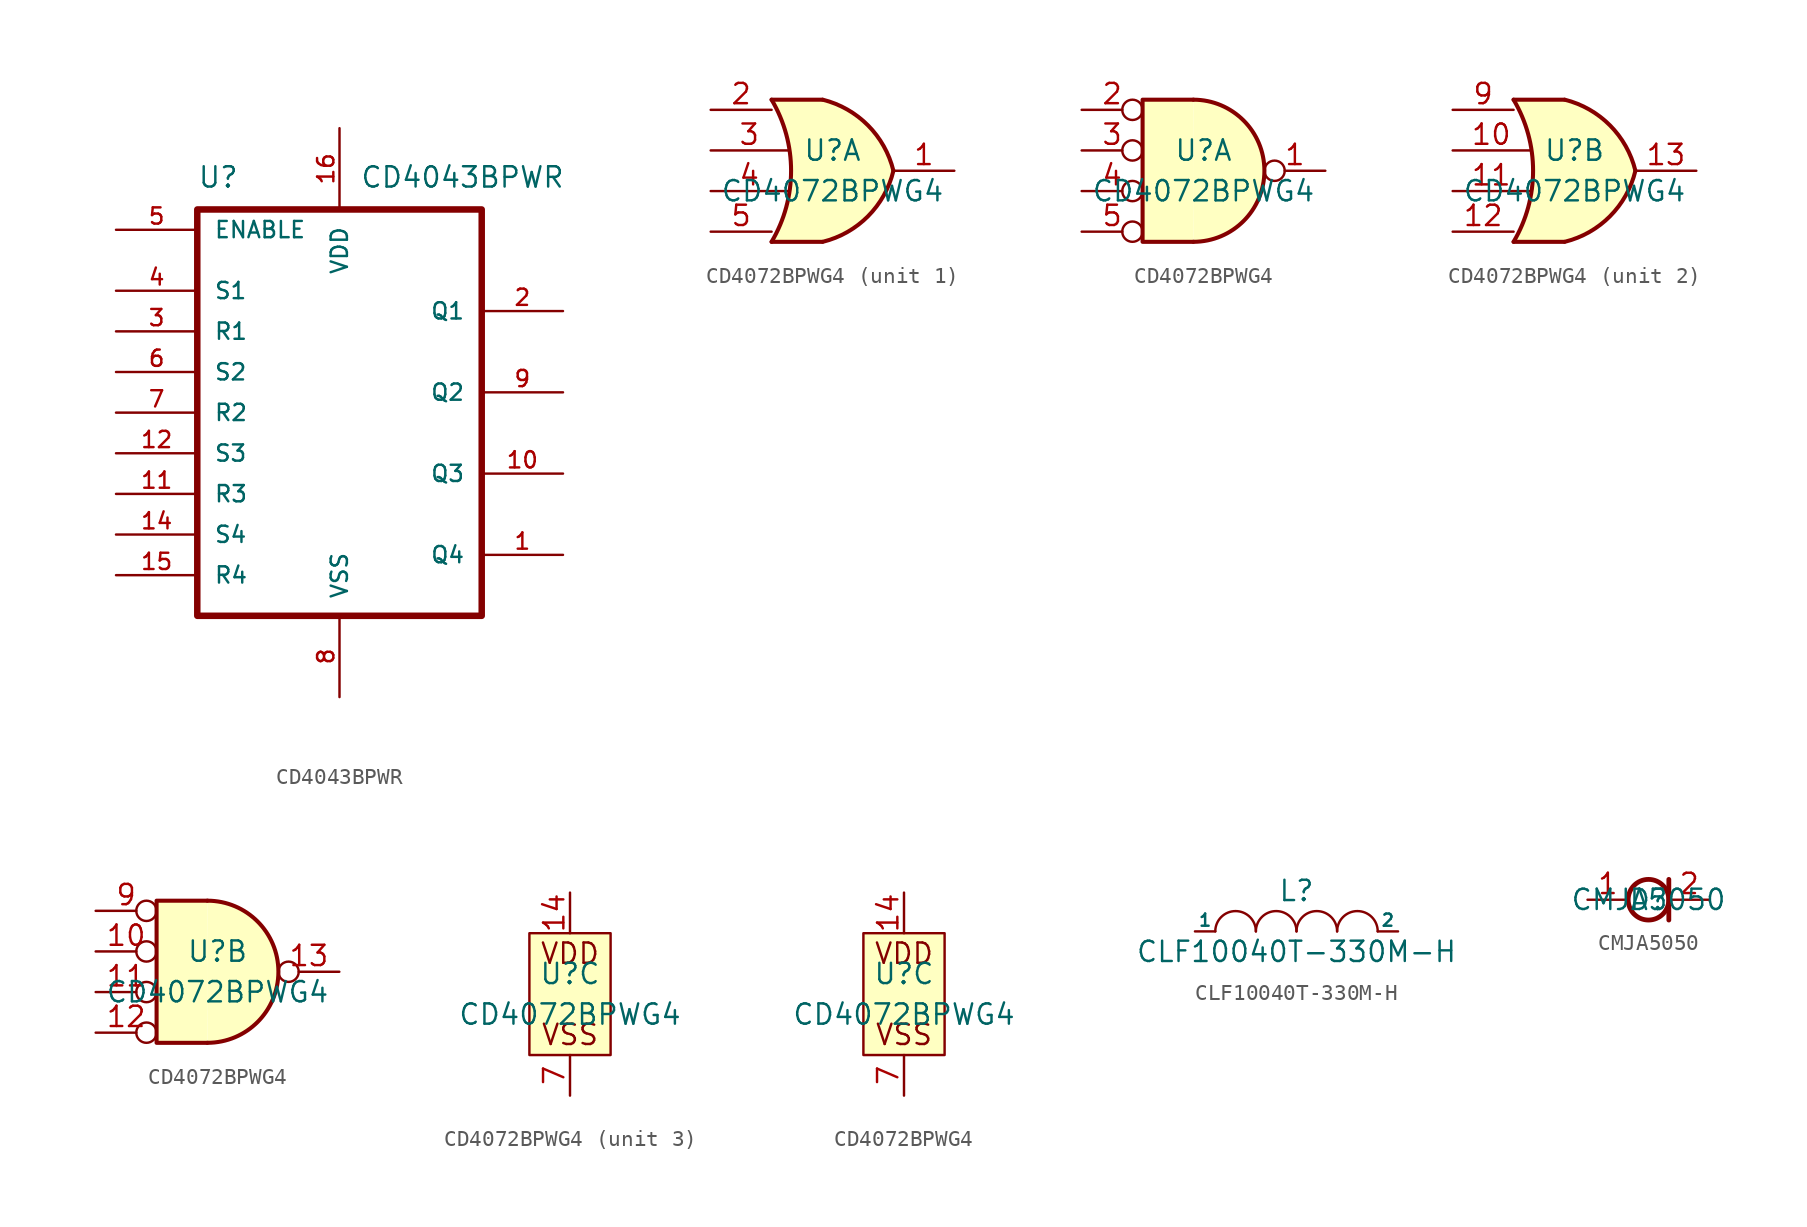
<source format=kicad_sym>
(kicad_symbol_lib
  (version 20231120)
  (generator "kicad_symbol_editor")
  (generator_version "8.0")
  (symbol "CD4043BPWR"
    (pin_names
      (offset 1.016))
    (property "Reference" "U"
      (at -8.89 15.24 0)
      (effects (font (size 1.27 1.27)) (justify left bottom)))
    (property "Value" "CD4043BPWR"
      (at 1.27 15.24 0)
      (effects (font (size 1.27 1.27)) (justify left bottom)))
    (symbol "CD4043BPWR_0_0"
      (rectangle (start -8.89 -11.43) (end 8.89 13.97) (stroke (width 0.406) (type default)) (fill (type none)))
      (pin tri_state line (at 13.97 -7.62 180) (length 5.08) (name "Q4" (effects (font (size 1.016 1.016)))) (number "1" (effects (font (size 1.016 1.016)))))
      (pin tri_state line (at 13.97 -2.54 180) (length 5.08) (name "Q3" (effects (font (size 1.016 1.016)))) (number "10" (effects (font (size 1.016 1.016)))))
      (pin input line (at -13.97 -3.81 0) (length 5.08) (name "R3" (effects (font (size 1.016 1.016)))) (number "11" (effects (font (size 1.016 1.016)))))
      (pin input line (at -13.97 -1.27 0) (length 5.08) (name "S3" (effects (font (size 1.016 1.016)))) (number "12" (effects (font (size 1.016 1.016)))))
      (pin input line (at -13.97 -6.35 0) (length 5.08) (name "S4" (effects (font (size 1.016 1.016)))) (number "14" (effects (font (size 1.016 1.016)))))
      (pin input line (at -13.97 -8.89 0) (length 5.08) (name "R4" (effects (font (size 1.016 1.016)))) (number "15" (effects (font (size 1.016 1.016)))))
      (pin power_in line (at 0 19.05 270) (length 5.08) (name "VDD" (effects (font (size 1.016 1.016)))) (number "16" (effects (font (size 1.016 1.016)))))
      (pin tri_state line (at 13.97 7.62 180) (length 5.08) (name "Q1" (effects (font (size 1.016 1.016)))) (number "2" (effects (font (size 1.016 1.016)))))
      (pin input line (at -13.97 6.35 0) (length 5.08) (name "R1" (effects (font (size 1.016 1.016)))) (number "3" (effects (font (size 1.016 1.016)))))
      (pin input line (at -13.97 8.89 0) (length 5.08) (name "S1" (effects (font (size 1.016 1.016)))) (number "4" (effects (font (size 1.016 1.016)))))
      (pin input line (at -13.97 12.7 0) (length 5.08) (name "ENABLE" (effects (font (size 1.016 1.016)))) (number "5" (effects (font (size 1.016 1.016)))))
      (pin input line (at -13.97 3.81 0) (length 5.08) (name "S2" (effects (font (size 1.016 1.016)))) (number "6" (effects (font (size 1.016 1.016)))))
      (pin input line (at -13.97 1.27 0) (length 5.08) (name "R2" (effects (font (size 1.016 1.016)))) (number "7" (effects (font (size 1.016 1.016)))))
      (pin power_in line (at 0 -16.51 90) (length 5.08) (name "VSS" (effects (font (size 1.016 1.016)))) (number "8" (effects (font (size 1.016 1.016)))))
      (pin tri_state line (at 13.97 2.54 180) (length 5.08) (name "Q2" (effects (font (size 1.016 1.016)))) (number "9" (effects (font (size 1.016 1.016)))))))
  (symbol "CD4072BPWG4"
    (pin_names
      (offset 1.016))
    (property "Reference" "U"
      (at 0 1.27 0)
      (effects (font (size 1.27 1.27))))
    (property "Value" "CD4072BPWG4"
      (at 0 -1.27 0)
      (effects (font (size 1.27 1.27))))
    (property "ki_locked" ""
      (at 0 0 0)
      (effects (font (size 1.27 1.27))))
    (symbol "CD4072BPWG4_1_1"
      (arc (start -3.81 -4.445) (mid -2.5908 0) (end -3.81 4.445) (stroke (width 0.254) (type default)) (fill (type none)))
      (arc (start -0.6096 -4.445) (mid 2.2246 -2.8422) (end 3.81 0) (stroke (width 0.254) (type default)) (fill (type background)))
      (polyline (pts (xy -3.81 -4.445) (xy -0.635 -4.445)) (stroke (width 0.254) (type default)) (fill (type background)))
      (polyline (pts (xy -3.81 4.445) (xy -0.635 4.445)) (stroke (width 0.254) (type default)) (fill (type background)))
      (polyline (pts (xy -0.635 4.445) (xy -3.81 4.445) (xy -3.81 4.445) (xy -3.632 4.089) (xy -3.099 2.921) (xy -2.769 1.676) (xy -2.616 0.432) (xy -2.642 -0.864) (xy -2.87 -2.108) (xy -3.251 -3.327) (xy -3.81 -4.445) (xy -3.81 -4.445) (xy -0.635 -4.445)) (stroke (width -25.4) (type default)) (fill (type background)))
      (arc (start 3.81 0) (mid 2.2204 2.8379) (end -0.6096 4.445) (stroke (width 0.254) (type default)) (fill (type background)))
      (pin output line (at 7.62 0 180) (length 3.81) (name "~" (effects (font (size 1.27 1.27)))) (number "1" (effects (font (size 1.27 1.27)))))
      (pin input line (at -7.62 3.81 0) (length 3.81) (name "~" (effects (font (size 1.27 1.27)))) (number "2" (effects (font (size 1.27 1.27)))))
      (pin input line (at -7.62 1.27 0) (length 4.826) (name "~" (effects (font (size 1.27 1.27)))) (number "3" (effects (font (size 1.27 1.27)))))
      (pin input line (at -7.62 -1.27 0) (length 4.826) (name "~" (effects (font (size 1.27 1.27)))) (number "4" (effects (font (size 1.27 1.27)))))
      (pin input line (at -7.62 -3.81 0) (length 3.81) (name "~" (effects (font (size 1.27 1.27)))) (number "5" (effects (font (size 1.27 1.27))))))
    (symbol "CD4072BPWG4_1_2"
      (arc (start -0.635 -4.445) (mid 3.7907 0) (end -0.635 4.445) (stroke (width 0.254) (type default)) (fill (type background)))
      (polyline (pts (xy -0.635 4.445) (xy -3.81 4.445) (xy -3.81 -4.445) (xy -0.635 -4.445)) (stroke (width 0.254) (type default)) (fill (type background)))
      (pin output inverted (at 7.62 0 180) (length 3.81) (name "~" (effects (font (size 1.27 1.27)))) (number "1" (effects (font (size 1.27 1.27)))))
      (pin input inverted (at -7.62 3.81 0) (length 3.81) (name "~" (effects (font (size 1.27 1.27)))) (number "2" (effects (font (size 1.27 1.27)))))
      (pin input inverted (at -7.62 1.27 0) (length 3.81) (name "~" (effects (font (size 1.27 1.27)))) (number "3" (effects (font (size 1.27 1.27)))))
      (pin input inverted (at -7.62 -1.27 0) (length 3.81) (name "~" (effects (font (size 1.27 1.27)))) (number "4" (effects (font (size 1.27 1.27)))))
      (pin input inverted (at -7.62 -3.81 0) (length 3.81) (name "~" (effects (font (size 1.27 1.27)))) (number "5" (effects (font (size 1.27 1.27))))))
    (symbol "CD4072BPWG4_2_1"
      (arc (start -3.81 -4.445) (mid -2.5908 0) (end -3.81 4.445) (stroke (width 0.254) (type default)) (fill (type none)))
      (arc (start -0.6096 -4.445) (mid 2.2246 -2.8422) (end 3.81 0) (stroke (width 0.254) (type default)) (fill (type background)))
      (polyline (pts (xy -3.81 -4.445) (xy -0.635 -4.445)) (stroke (width 0.254) (type default)) (fill (type background)))
      (polyline (pts (xy -3.81 4.445) (xy -0.635 4.445)) (stroke (width 0.254) (type default)) (fill (type background)))
      (polyline (pts (xy -0.635 4.445) (xy -3.81 4.445) (xy -3.81 4.445) (xy -3.632 4.089) (xy -3.099 2.921) (xy -2.769 1.676) (xy -2.616 0.432) (xy -2.642 -0.864) (xy -2.87 -2.108) (xy -3.251 -3.327) (xy -3.81 -4.445) (xy -3.81 -4.445) (xy -0.635 -4.445)) (stroke (width -25.4) (type default)) (fill (type background)))
      (arc (start 3.81 0) (mid 2.2204 2.8379) (end -0.6096 4.445) (stroke (width 0.254) (type default)) (fill (type background)))
      (pin input line (at -7.62 1.27 0) (length 4.826) (name "~" (effects (font (size 1.27 1.27)))) (number "10" (effects (font (size 1.27 1.27)))))
      (pin input line (at -7.62 -1.27 0) (length 4.826) (name "~" (effects (font (size 1.27 1.27)))) (number "11" (effects (font (size 1.27 1.27)))))
      (pin input line (at -7.62 -3.81 0) (length 3.81) (name "~" (effects (font (size 1.27 1.27)))) (number "12" (effects (font (size 1.27 1.27)))))
      (pin output line (at 7.62 0 180) (length 3.81) (name "~" (effects (font (size 1.27 1.27)))) (number "13" (effects (font (size 1.27 1.27)))))
      (pin input line (at -7.62 3.81 0) (length 3.81) (name "~" (effects (font (size 1.27 1.27)))) (number "9" (effects (font (size 1.27 1.27))))))
    (symbol "CD4072BPWG4_2_2"
      (arc (start -0.635 -4.445) (mid 3.7907 0) (end -0.635 4.445) (stroke (width 0.254) (type default)) (fill (type background)))
      (polyline (pts (xy -0.635 4.445) (xy -3.81 4.445) (xy -3.81 -4.445) (xy -0.635 -4.445)) (stroke (width 0.254) (type default)) (fill (type background)))
      (pin input inverted (at -7.62 1.27 0) (length 3.81) (name "~" (effects (font (size 1.27 1.27)))) (number "10" (effects (font (size 1.27 1.27)))))
      (pin input inverted (at -7.62 -1.27 0) (length 3.81) (name "~" (effects (font (size 1.27 1.27)))) (number "11" (effects (font (size 1.27 1.27)))))
      (pin input inverted (at -7.62 -3.81 0) (length 3.81) (name "~" (effects (font (size 1.27 1.27)))) (number "12" (effects (font (size 1.27 1.27)))))
      (pin output inverted (at 7.62 0 180) (length 3.81) (name "~" (effects (font (size 1.27 1.27)))) (number "13" (effects (font (size 1.27 1.27)))))
      (pin input inverted (at -7.62 3.81 0) (length 3.81) (name "~" (effects (font (size 1.27 1.27)))) (number "9" (effects (font (size 1.27 1.27))))))
    (symbol "CD4072BPWG4_3_0"
      (rectangle (start -2.54 3.81) (end 2.54 -3.81) (stroke (width 0) (type default)) (fill (type background)))
      (text "VDD" (at 0 2.54 0) (effects (font (size 1.27 1.27))))
      (text "VSS" (at 0 -2.54 0) (effects (font (size 1.27 1.27))))
      (pin power_in line (at 0 6.35 270) (length 2.54) (name "~" (effects (font (size 1.27 1.27)))) (number "14" (effects (font (size 1.27 1.27)))))
      (pin power_in line (at 0 -6.35 90) (length 2.54) (name "~" (effects (font (size 1.27 1.27)))) (number "7" (effects (font (size 1.27 1.27)))))))
  (symbol "CLF10040T-330M-H"
    (pin_numbers hide)
    (pin_names
      (offset 0))
    (property "Reference" "L"
      (at 0 2.54 0)
      (effects (font (size 1.27 1.27))))
    (property "Value" "CLF10040T-330M-H"
      (at 0 -1.27 0)
      (effects (font (size 1.27 1.27))))
    (symbol "CLF10040T-330M-H_0_1"
      (arc (start -2.54 0) (mid -3.81 1.2645) (end -5.08 0) (stroke (width 0) (type default)) (fill (type none)))
      (arc (start 0 0) (mid -1.27 1.2645) (end -2.54 0) (stroke (width 0) (type default)) (fill (type none)))
      (arc (start 2.54 0) (mid 1.27 1.2645) (end 0 0) (stroke (width 0) (type default)) (fill (type none)))
      (arc (start 5.08 0) (mid 3.81 1.2645) (end 2.54 0) (stroke (width 0) (type default)) (fill (type none))))
    (symbol "CLF10040T-330M-H_1_1"
      (pin input line (at -6.35 0 0) (length 1.27) (name "1" (effects (font (size 0.762 0.762)))) (number "1" (effects (font (size 0.762 0.762)))))
      (pin input line (at 6.35 0 180) (length 1.27) (name "2" (effects (font (size 0.762 0.762)))) (number "2" (effects (font (size 0.762 0.762)))))))
  (symbol "CMJA5050"
    (property "Reference" "D"
      (at 0 0 0)
      (effects (font (size 1.27 1.27))))
    (property "Value" "CMJA5050"
      (at 0 0 0)
      (effects (font (size 1.27 1.27))))
    (symbol "CMJA5050_0_1"
      (polyline (pts (xy 1.27 -1.27) (xy 1.27 1.27)) (stroke (width 0.3) (type default)) (fill (type none)))
      (circle (center 0 0) (radius 1.27) (stroke (width 0.3) (type default)) (fill (type none))))
    (symbol "CMJA5050_1_1"
      (pin input line (at -3.81 0 0) (length 2.54) (name "" (effects (font (size 1.27 1.27)))) (number "1" (effects (font (size 1.27 1.27)))))
      (pin output line (at 3.81 0 180) (length 2.54) (name "" (effects (font (size 1.27 1.27)))) (number "2" (effects (font (size 1.27 1.27))))))))
</source>
